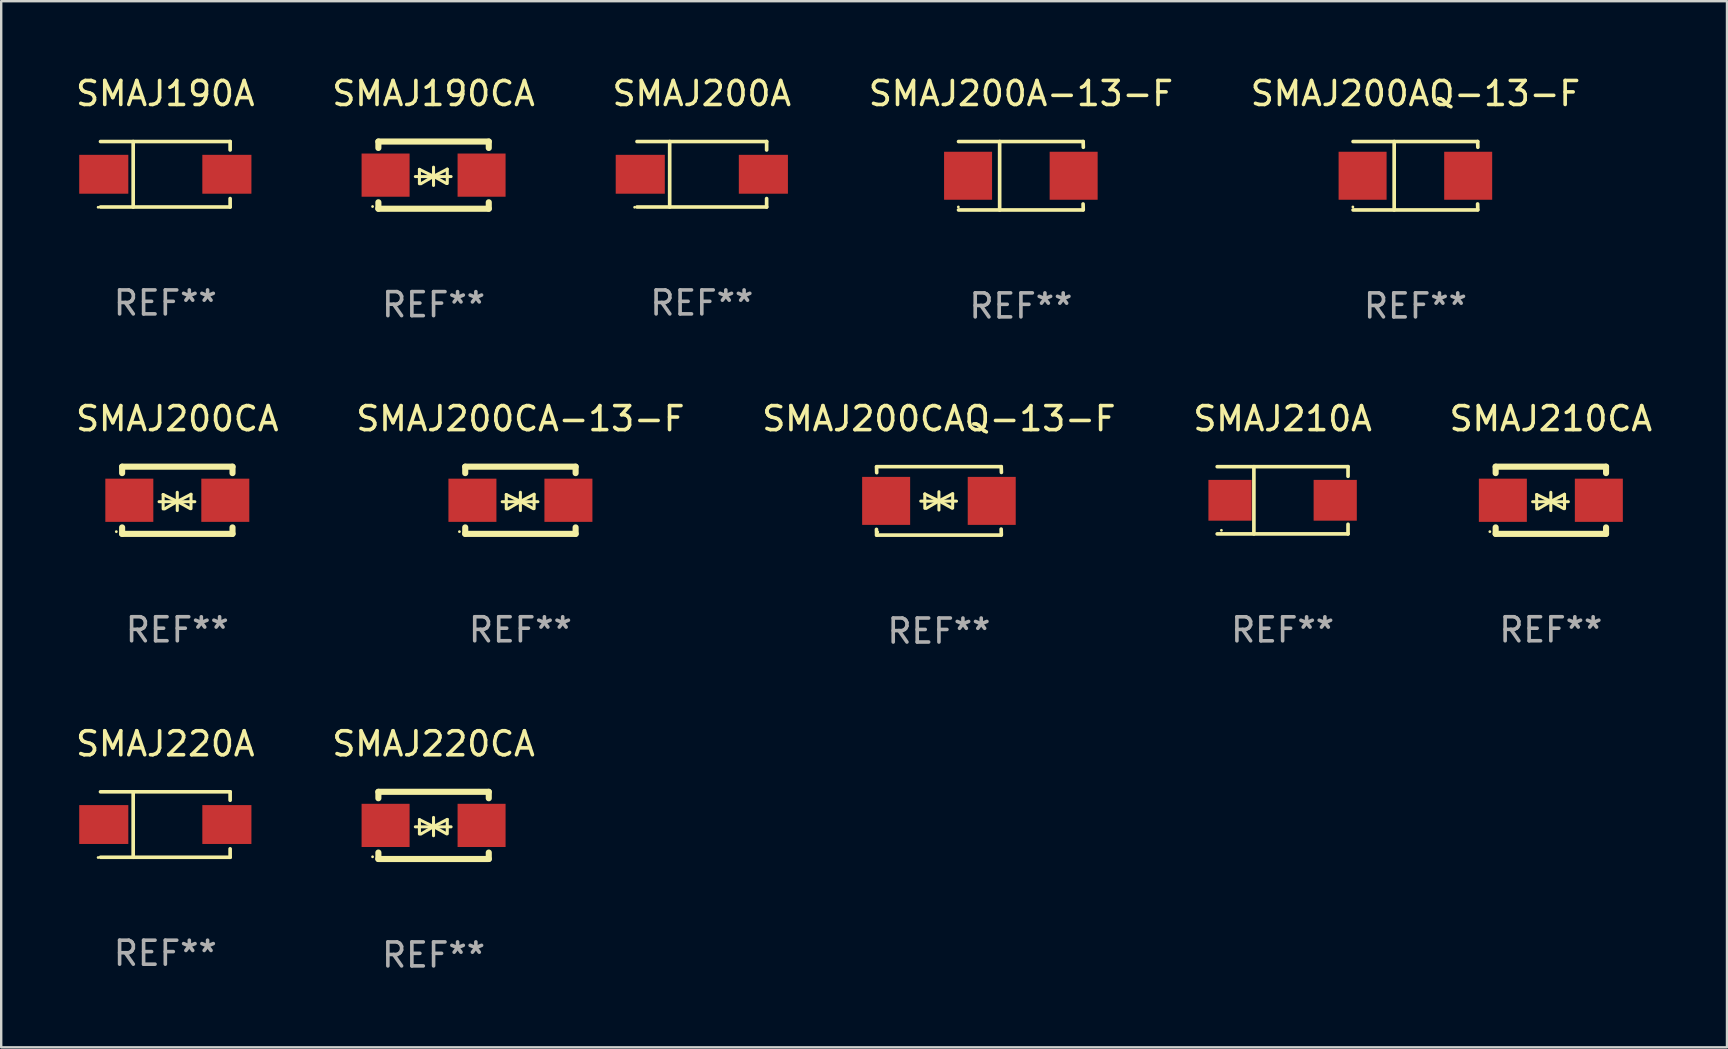
<source format=kicad_pcb>
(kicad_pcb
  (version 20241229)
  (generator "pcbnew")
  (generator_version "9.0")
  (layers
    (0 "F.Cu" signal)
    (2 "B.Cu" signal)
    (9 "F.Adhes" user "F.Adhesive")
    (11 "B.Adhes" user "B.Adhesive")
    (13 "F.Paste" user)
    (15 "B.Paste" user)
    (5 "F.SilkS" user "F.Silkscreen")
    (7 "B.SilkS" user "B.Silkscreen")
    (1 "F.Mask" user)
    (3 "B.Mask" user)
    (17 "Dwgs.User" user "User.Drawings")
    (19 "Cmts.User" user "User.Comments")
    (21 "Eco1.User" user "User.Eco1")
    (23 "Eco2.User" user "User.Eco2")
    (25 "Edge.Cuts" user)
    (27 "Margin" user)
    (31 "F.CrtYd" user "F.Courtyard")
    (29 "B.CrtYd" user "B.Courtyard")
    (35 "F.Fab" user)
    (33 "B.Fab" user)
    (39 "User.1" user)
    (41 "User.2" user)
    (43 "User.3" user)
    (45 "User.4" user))
  (footprint "SMAJ210CA"
    (layer "F.Cu")
    (at 61.577 17.797)
    (property "Reference" "SMAJ210CA" (at 0 -3.4 0) (layer "F.SilkS") (effects (font (size 1 1) (thickness 0.15))))
    (attr through_hole)
    (fp_line (start -2.3 -1.4) (end -2.3 -1.131) (stroke (width 0.254) (type solid)) (layer "F.SilkS"))
    (fp_line (start -2.3 -1.4) (end 2.3 -1.4) (stroke (width 0.254) (type solid)) (layer "F.SilkS"))
    (fp_line (start -2.3 1.131) (end -2.3 1.4) (stroke (width 0.254) (type solid)) (layer "F.SilkS"))
    (fp_line (start -2.3 1.4) (end 2.3 1.4) (stroke (width 0.254) (type solid)) (layer "F.SilkS"))
    (fp_line (start -0.76 0.06) (end 0.73 0.06) (stroke (width 0.127) (type solid)) (layer "F.SilkS"))
    (fp_line (start -0.59 -0.24) (end -0.59 0.36) (stroke (width 0.127) (type solid)) (layer "F.SilkS"))
    (fp_line (start -0.59 -0.24) (end -0.002 0.049) (stroke (width 0.127) (type solid)) (layer "F.SilkS"))
    (fp_line (start -0.53 0.36) (end -0.002 0.049) (stroke (width 0.127) (type solid)) (layer "F.SilkS"))
    (fp_line (start -0.002 0.049) (end -0.002 -0.332) (stroke (width 0.127) (type solid)) (layer "F.SilkS"))
    (fp_line (start -0.002 0.049) (end -0.002 0.43) (stroke (width 0.127) (type solid)) (layer "F.SilkS"))
    (fp_line (start 0.54 0.35) (end -0.002 0.049) (stroke (width 0.127) (type solid)) (layer "F.SilkS"))
    (fp_line (start 0.57 -0.25) (end -0.002 0.049) (stroke (width 0.127) (type solid)) (layer "F.SilkS"))
    (fp_line (start 0.57 -0.25) (end 0.57 0.35) (stroke (width 0.127) (type solid)) (layer "F.SilkS"))
    (fp_line (start 2.3 -1.4) (end 2.3 -1.131) (stroke (width 0.254) (type solid)) (layer "F.SilkS"))
    (fp_line (start 2.3 1.131) (end 2.3 1.4) (stroke (width 0.254) (type solid)) (layer "F.SilkS"))
    (fp_circle (center -2.542 1.308) (end -2.512 1.308) (stroke (width 0.06) (type solid)) (fill no) (layer "F.SilkS"))
    (fp_text user "REF**" (at 0 5.4 0) (layer "F.Fab") (effects (font (size 1 1) (thickness 0.15))))
    (pad "1" smd rect (at -2 0) (size 2 1.8) (layers "F.Cu" "F.Mask" "F.Paste"))
    (pad "2" smd rect (at 2 0) (size 2 1.8) (layers "F.Cu" "F.Mask" "F.Paste")))
  (footprint "SMAJ220A"
    (layer "F.Cu")
    (at 3.839 31.31)
    (property "Reference" "SMAJ220A" (at 0 -3.364 0) (layer "F.SilkS") (effects (font (size 1 1) (thickness 0.15))))
    (attr through_hole)
    (fp_line (start -2.701 -1.364) (end 2.701 -1.364) (stroke (width 0.152) (type solid)) (layer "F.SilkS"))
    (fp_line (start -2.701 1.364) (end 2.701 1.364) (stroke (width 0.152) (type solid)) (layer "F.SilkS"))
    (fp_line (start -1.339 -1.364) (end -1.339 1.364) (stroke (width 0.152) (type solid)) (layer "F.SilkS"))
    (fp_line (start 2.701 -1.364) (end 2.701 -1.013) (stroke (width 0.152) (type solid)) (layer "F.SilkS"))
    (fp_line (start 2.701 1.364) (end 2.701 1.013) (stroke (width 0.152) (type solid)) (layer "F.SilkS"))
    (fp_circle (center -2.8 1.375) (end -2.77 1.375) (stroke (width 0.06) (type solid)) (fill no) (layer "F.SilkS"))
    (fp_text user "REF**" (at 0 5.364 0) (layer "F.Fab") (effects (font (size 1 1) (thickness 0.15))))
    (pad "1" smd rect (at -2.565 -0.000025) (size 2.046 1.62) (layers "F.Cu" "F.Mask" "F.Paste"))
    (pad "2" smd rect (at 2.565 -0.000025) (size 2.046 1.62) (layers "F.Cu" "F.Mask" "F.Paste")))
  (footprint "SMAJ210A"
    (layer "F.Cu")
    (at 50.399 17.798)
    (property "Reference" "SMAJ210A" (at 0 -3.401 0) (layer "F.SilkS") (effects (font (size 1 1) (thickness 0.15))))
    (attr through_hole)
    (fp_line (start -2.726 -1.401) (end 2.726 -1.401) (stroke (width 0.152) (type solid)) (layer "F.SilkS"))
    (fp_line (start -2.726 1.401) (end 2.726 1.401) (stroke (width 0.152) (type solid)) (layer "F.SilkS"))
    (fp_line (start -1.197 -1.401) (end -1.197 1.401) (stroke (width 0.152) (type solid)) (layer "F.SilkS"))
    (fp_line (start 2.726 -1.401) (end 2.726 -1) (stroke (width 0.152) (type solid)) (layer "F.SilkS"))
    (fp_line (start 2.726 1.401) (end 2.726 1) (stroke (width 0.152) (type solid)) (layer "F.SilkS"))
    (fp_circle (center -2.55 1.25) (end -2.52 1.25) (stroke (width 0.06) (type solid)) (fill no) (layer "F.SilkS"))
    (fp_text user "REF**" (at 0 5.401 0) (layer "F.Fab") (effects (font (size 1 1) (thickness 0.15))))
    (pad "1" smd rect (at -2.192 0) (size 1.8 1.7) (layers "F.Cu" "F.Mask" "F.Paste"))
    (pad "2" smd rect (at 2.192 0) (size 1.8 1.7) (layers "F.Cu" "F.Mask" "F.Paste")))
  (footprint "SMAJ200CA"
    (layer "F.Cu")
    (at 4.339 17.797)
    (property "Reference" "SMAJ200CA" (at 0 -3.4 0) (layer "F.SilkS") (effects (font (size 1 1) (thickness 0.15))))
    (attr through_hole)
    (fp_line (start -2.3 -1.4) (end -2.3 -1.131) (stroke (width 0.254) (type solid)) (layer "F.SilkS"))
    (fp_line (start -2.3 -1.4) (end 2.3 -1.4) (stroke (width 0.254) (type solid)) (layer "F.SilkS"))
    (fp_line (start -2.3 1.131) (end -2.3 1.4) (stroke (width 0.254) (type solid)) (layer "F.SilkS"))
    (fp_line (start -2.3 1.4) (end 2.3 1.4) (stroke (width 0.254) (type solid)) (layer "F.SilkS"))
    (fp_line (start -0.76 0.06) (end 0.73 0.06) (stroke (width 0.127) (type solid)) (layer "F.SilkS"))
    (fp_line (start -0.59 -0.24) (end -0.59 0.36) (stroke (width 0.127) (type solid)) (layer "F.SilkS"))
    (fp_line (start -0.59 -0.24) (end -0.002 0.049) (stroke (width 0.127) (type solid)) (layer "F.SilkS"))
    (fp_line (start -0.53 0.36) (end -0.002 0.049) (stroke (width 0.127) (type solid)) (layer "F.SilkS"))
    (fp_line (start -0.002 0.049) (end -0.002 -0.332) (stroke (width 0.127) (type solid)) (layer "F.SilkS"))
    (fp_line (start -0.002 0.049) (end -0.002 0.43) (stroke (width 0.127) (type solid)) (layer "F.SilkS"))
    (fp_line (start 0.54 0.35) (end -0.002 0.049) (stroke (width 0.127) (type solid)) (layer "F.SilkS"))
    (fp_line (start 0.57 -0.25) (end -0.002 0.049) (stroke (width 0.127) (type solid)) (layer "F.SilkS"))
    (fp_line (start 0.57 -0.25) (end 0.57 0.35) (stroke (width 0.127) (type solid)) (layer "F.SilkS"))
    (fp_line (start 2.3 -1.4) (end 2.3 -1.131) (stroke (width 0.254) (type solid)) (layer "F.SilkS"))
    (fp_line (start 2.3 1.131) (end 2.3 1.4) (stroke (width 0.254) (type solid)) (layer "F.SilkS"))
    (fp_circle (center -2.542 1.308) (end -2.512 1.308) (stroke (width 0.06) (type solid)) (fill no) (layer "F.SilkS"))
    (fp_text user "REF**" (at 0 5.4 0) (layer "F.Fab") (effects (font (size 1 1) (thickness 0.15))))
    (pad "1" smd rect (at -2 0) (size 2 1.8) (layers "F.Cu" "F.Mask" "F.Paste"))
    (pad "2" smd rect (at 2 0) (size 2 1.8) (layers "F.Cu" "F.Mask" "F.Paste")))
  (footprint "SMAJ200A"
    (layer "F.Cu")
    (at 26.196 4.212)
    (property "Reference" "SMAJ200A" (at 0 -3.364 0) (layer "F.SilkS") (effects (font (size 1 1) (thickness 0.15))))
    (attr through_hole)
    (fp_line (start -2.701 -1.364) (end 2.701 -1.364) (stroke (width 0.152) (type solid)) (layer "F.SilkS"))
    (fp_line (start -2.701 1.364) (end 2.701 1.364) (stroke (width 0.152) (type solid)) (layer "F.SilkS"))
    (fp_line (start -1.339 -1.364) (end -1.339 1.364) (stroke (width 0.152) (type solid)) (layer "F.SilkS"))
    (fp_line (start 2.701 -1.364) (end 2.701 -1.013) (stroke (width 0.152) (type solid)) (layer "F.SilkS"))
    (fp_line (start 2.701 1.364) (end 2.701 1.013) (stroke (width 0.152) (type solid)) (layer "F.SilkS"))
    (fp_circle (center -2.8 1.375) (end -2.77 1.375) (stroke (width 0.06) (type solid)) (fill no) (layer "F.SilkS"))
    (fp_text user "REF**" (at 0 5.364 0) (layer "F.Fab") (effects (font (size 1 1) (thickness 0.15))))
    (pad "1" smd rect (at -2.565 -0.000025) (size 2.046 1.62) (layers "F.Cu" "F.Mask" "F.Paste"))
    (pad "2" smd rect (at 2.565 -0.000025) (size 2.046 1.62) (layers "F.Cu" "F.Mask" "F.Paste")))
  (footprint "SMAJ200AQ-13-F"
    (layer "F.Cu")
    (at 55.935 4.274)
    (property "Reference" "SMAJ200AQ-13-F" (at 0 -3.426 0) (layer "F.SilkS") (effects (font (size 1 1) (thickness 0.15))))
    (attr through_hole)
    (fp_line (start -2.6 -1.426) (end 2.593 -1.426) (stroke (width 0.152) (type solid)) (layer "F.SilkS"))
    (fp_line (start -2.6 1.426) (end 2.593 1.426) (stroke (width 0.152) (type solid)) (layer "F.SilkS"))
    (fp_line (start -0.887 -1.426) (end -0.887 1.426) (stroke (width 0.152) (type solid)) (layer "F.SilkS"))
    (fp_line (start 2.59 1.176) (end 2.597 1.415) (stroke (width 0.152) (type solid)) (layer "F.SilkS"))
    (fp_line (start 2.593 -1.426) (end 2.6 -1.187) (stroke (width 0.152) (type solid)) (layer "F.SilkS"))
    (fp_circle (center -2.608 1.3) (end -2.578 1.3) (stroke (width 0.06) (type solid)) (fill no) (layer "F.SilkS"))
    (fp_text user "REF**" (at 0 5.426 0) (layer "F.Fab") (effects (font (size 1 1) (thickness 0.15))))
    (pad "1" smd rect (at -2.203 0 180) (size 2 2) (layers "F.Cu" "F.Mask" "F.Paste"))
    (pad "2" smd rect (at 2.197 0 180) (size 2 2) (layers "F.Cu" "F.Mask" "F.Paste")))
  (footprint "SMAJ200CAQ-13-F"
    (layer "F.Cu")
    (at 36.077 17.823)
    (property "Reference" "SMAJ200CAQ-13-F" (at 0 -3.426 0) (layer "F.SilkS") (effects (font (size 1 1) (thickness 0.15))))
    (attr through_hole)
    (fp_line (start -2.596 -1.426) (end 2.596 -1.426) (stroke (width 0.152) (type solid)) (layer "F.SilkS"))
    (fp_line (start -2.596 1.426) (end -2.603 1.187) (stroke (width 0.152) (type solid)) (layer "F.SilkS"))
    (fp_line (start -2.596 1.426) (end 2.596 1.426) (stroke (width 0.152) (type solid)) (layer "F.SilkS"))
    (fp_line (start -2.593 -1.176) (end -2.6 -1.415) (stroke (width 0.152) (type solid)) (layer "F.SilkS"))
    (fp_line (start -0.758 0.011) (end 0.732 0.011) (stroke (width 0.127) (type solid)) (layer "F.SilkS"))
    (fp_line (start -0.588 -0.289) (end -0.588 0.311) (stroke (width 0.127) (type solid)) (layer "F.SilkS"))
    (fp_line (start -0.588 -0.289) (end 0 0) (stroke (width 0.127) (type solid)) (layer "F.SilkS"))
    (fp_line (start -0.528 0.311) (end 0 0) (stroke (width 0.127) (type solid)) (layer "F.SilkS"))
    (fp_line (start 0 0) (end 0 -0.381) (stroke (width 0.127) (type solid)) (layer "F.SilkS"))
    (fp_line (start 0 0) (end 0 0.381) (stroke (width 0.127) (type solid)) (layer "F.SilkS"))
    (fp_line (start 0.542 0.301) (end 0 0) (stroke (width 0.127) (type solid)) (layer "F.SilkS"))
    (fp_line (start 0.572 -0.299) (end 0 0) (stroke (width 0.127) (type solid)) (layer "F.SilkS"))
    (fp_line (start 0.572 -0.299) (end 0.572 0.301) (stroke (width 0.127) (type solid)) (layer "F.SilkS"))
    (fp_line (start 2.593 1.176) (end 2.6 1.415) (stroke (width 0.152) (type solid)) (layer "F.SilkS"))
    (fp_line (start 2.596 -1.426) (end 2.603 -1.187) (stroke (width 0.152) (type solid)) (layer "F.SilkS"))
    (fp_circle (center -2.55 1.3) (end -2.52 1.3) (stroke (width 0.06) (type solid)) (fill no) (layer "F.SilkS"))
    (fp_text user "REF**" (at 0 5.426 0) (layer "F.Fab") (effects (font (size 1 1) (thickness 0.15))))
    (pad "1" smd rect (at -2.2 0 180) (size 2 2) (layers "F.Cu" "F.Mask" "F.Paste"))
    (pad "2" smd rect (at 2.2 0 180) (size 2 2) (layers "F.Cu" "F.Mask" "F.Paste")))
  (footprint "SMAJ200A-13-F"
    (layer "F.Cu")
    (at 39.494 4.274)
    (property "Reference" "SMAJ200A-13-F" (at 0 -3.426 0) (layer "F.SilkS") (effects (font (size 1 1) (thickness 0.15))))
    (attr through_hole)
    (fp_line (start -2.6 -1.426) (end 2.593 -1.426) (stroke (width 0.152) (type solid)) (layer "F.SilkS"))
    (fp_line (start -2.6 1.426) (end 2.593 1.426) (stroke (width 0.152) (type solid)) (layer "F.SilkS"))
    (fp_line (start -0.887 -1.426) (end -0.887 1.426) (stroke (width 0.152) (type solid)) (layer "F.SilkS"))
    (fp_line (start 2.59 1.176) (end 2.597 1.415) (stroke (width 0.152) (type solid)) (layer "F.SilkS"))
    (fp_line (start 2.593 -1.426) (end 2.6 -1.187) (stroke (width 0.152) (type solid)) (layer "F.SilkS"))
    (fp_circle (center -2.608 1.3) (end -2.578 1.3) (stroke (width 0.06) (type solid)) (fill no) (layer "F.SilkS"))
    (fp_text user "REF**" (at 0 5.426 0) (layer "F.Fab") (effects (font (size 1 1) (thickness 0.15))))
    (pad "1" smd rect (at -2.203 0 180) (size 2 2) (layers "F.Cu" "F.Mask" "F.Paste"))
    (pad "2" smd rect (at 2.197 0 180) (size 2 2) (layers "F.Cu" "F.Mask" "F.Paste")))
  (footprint "SMAJ190A"
    (layer "F.Cu")
    (at 3.839 4.212)
    (property "Reference" "SMAJ190A" (at 0 -3.364 0) (layer "F.SilkS") (effects (font (size 1 1) (thickness 0.15))))
    (attr through_hole)
    (fp_line (start -2.701 -1.364) (end 2.701 -1.364) (stroke (width 0.152) (type solid)) (layer "F.SilkS"))
    (fp_line (start -2.701 1.364) (end 2.701 1.364) (stroke (width 0.152) (type solid)) (layer "F.SilkS"))
    (fp_line (start -1.339 -1.364) (end -1.339 1.364) (stroke (width 0.152) (type solid)) (layer "F.SilkS"))
    (fp_line (start 2.701 -1.364) (end 2.701 -1.013) (stroke (width 0.152) (type solid)) (layer "F.SilkS"))
    (fp_line (start 2.701 1.364) (end 2.701 1.013) (stroke (width 0.152) (type solid)) (layer "F.SilkS"))
    (fp_circle (center -2.8 1.375) (end -2.77 1.375) (stroke (width 0.06) (type solid)) (fill no) (layer "F.SilkS"))
    (fp_text user "REF**" (at 0 5.364 0) (layer "F.Fab") (effects (font (size 1 1) (thickness 0.15))))
    (pad "1" smd rect (at -2.565 -0.000025) (size 2.046 1.62) (layers "F.Cu" "F.Mask" "F.Paste"))
    (pad "2" smd rect (at 2.565 -0.000025) (size 2.046 1.62) (layers "F.Cu" "F.Mask" "F.Paste")))
  (footprint "SMAJ200CA-13-F"
    (layer "F.Cu")
    (at 18.637 17.797)
    (property "Reference" "SMAJ200CA-13-F" (at 0 -3.4 0) (layer "F.SilkS") (effects (font (size 1 1) (thickness 0.15))))
    (attr through_hole)
    (fp_line (start -2.3 -1.4) (end -2.3 -1.131) (stroke (width 0.254) (type solid)) (layer "F.SilkS"))
    (fp_line (start -2.3 -1.4) (end 2.3 -1.4) (stroke (width 0.254) (type solid)) (layer "F.SilkS"))
    (fp_line (start -2.3 1.131) (end -2.3 1.4) (stroke (width 0.254) (type solid)) (layer "F.SilkS"))
    (fp_line (start -2.3 1.4) (end 2.3 1.4) (stroke (width 0.254) (type solid)) (layer "F.SilkS"))
    (fp_line (start -0.76 0.06) (end 0.73 0.06) (stroke (width 0.127) (type solid)) (layer "F.SilkS"))
    (fp_line (start -0.59 -0.24) (end -0.59 0.36) (stroke (width 0.127) (type solid)) (layer "F.SilkS"))
    (fp_line (start -0.59 -0.24) (end -0.002 0.049) (stroke (width 0.127) (type solid)) (layer "F.SilkS"))
    (fp_line (start -0.53 0.36) (end -0.002 0.049) (stroke (width 0.127) (type solid)) (layer "F.SilkS"))
    (fp_line (start -0.002 0.049) (end -0.002 -0.332) (stroke (width 0.127) (type solid)) (layer "F.SilkS"))
    (fp_line (start -0.002 0.049) (end -0.002 0.43) (stroke (width 0.127) (type solid)) (layer "F.SilkS"))
    (fp_line (start 0.54 0.35) (end -0.002 0.049) (stroke (width 0.127) (type solid)) (layer "F.SilkS"))
    (fp_line (start 0.57 -0.25) (end -0.002 0.049) (stroke (width 0.127) (type solid)) (layer "F.SilkS"))
    (fp_line (start 0.57 -0.25) (end 0.57 0.35) (stroke (width 0.127) (type solid)) (layer "F.SilkS"))
    (fp_line (start 2.3 -1.4) (end 2.3 -1.131) (stroke (width 0.254) (type solid)) (layer "F.SilkS"))
    (fp_line (start 2.3 1.131) (end 2.3 1.4) (stroke (width 0.254) (type solid)) (layer "F.SilkS"))
    (fp_circle (center -2.542 1.308) (end -2.512 1.308) (stroke (width 0.06) (type solid)) (fill no) (layer "F.SilkS"))
    (fp_text user "REF**" (at 0 5.4 0) (layer "F.Fab") (effects (font (size 1 1) (thickness 0.15))))
    (pad "1" smd rect (at -2 0) (size 2 1.8) (layers "F.Cu" "F.Mask" "F.Paste"))
    (pad "2" smd rect (at 2 0) (size 2 1.8) (layers "F.Cu" "F.Mask" "F.Paste")))
  (footprint "SMAJ190CA"
    (layer "F.Cu")
    (at 15.018 4.248)
    (property "Reference" "SMAJ190CA" (at 0 -3.4 0) (layer "F.SilkS") (effects (font (size 1 1) (thickness 0.15))))
    (attr through_hole)
    (fp_line (start -2.3 -1.4) (end -2.3 -1.131) (stroke (width 0.254) (type solid)) (layer "F.SilkS"))
    (fp_line (start -2.3 -1.4) (end 2.3 -1.4) (stroke (width 0.254) (type solid)) (layer "F.SilkS"))
    (fp_line (start -2.3 1.131) (end -2.3 1.4) (stroke (width 0.254) (type solid)) (layer "F.SilkS"))
    (fp_line (start -2.3 1.4) (end 2.3 1.4) (stroke (width 0.254) (type solid)) (layer "F.SilkS"))
    (fp_line (start -0.76 0.06) (end 0.73 0.06) (stroke (width 0.127) (type solid)) (layer "F.SilkS"))
    (fp_line (start -0.59 -0.24) (end -0.59 0.36) (stroke (width 0.127) (type solid)) (layer "F.SilkS"))
    (fp_line (start -0.59 -0.24) (end -0.002 0.049) (stroke (width 0.127) (type solid)) (layer "F.SilkS"))
    (fp_line (start -0.53 0.36) (end -0.002 0.049) (stroke (width 0.127) (type solid)) (layer "F.SilkS"))
    (fp_line (start -0.002 0.049) (end -0.002 -0.332) (stroke (width 0.127) (type solid)) (layer "F.SilkS"))
    (fp_line (start -0.002 0.049) (end -0.002 0.43) (stroke (width 0.127) (type solid)) (layer "F.SilkS"))
    (fp_line (start 0.54 0.35) (end -0.002 0.049) (stroke (width 0.127) (type solid)) (layer "F.SilkS"))
    (fp_line (start 0.57 -0.25) (end -0.002 0.049) (stroke (width 0.127) (type solid)) (layer "F.SilkS"))
    (fp_line (start 0.57 -0.25) (end 0.57 0.35) (stroke (width 0.127) (type solid)) (layer "F.SilkS"))
    (fp_line (start 2.3 -1.4) (end 2.3 -1.131) (stroke (width 0.254) (type solid)) (layer "F.SilkS"))
    (fp_line (start 2.3 1.131) (end 2.3 1.4) (stroke (width 0.254) (type solid)) (layer "F.SilkS"))
    (fp_circle (center -2.542 1.308) (end -2.512 1.308) (stroke (width 0.06) (type solid)) (fill no) (layer "F.SilkS"))
    (fp_text user "REF**" (at 0 5.4 0) (layer "F.Fab") (effects (font (size 1 1) (thickness 0.15))))
    (pad "1" smd rect (at -2 0) (size 2 1.8) (layers "F.Cu" "F.Mask" "F.Paste"))
    (pad "2" smd rect (at 2 0) (size 2 1.8) (layers "F.Cu" "F.Mask" "F.Paste")))
  (footprint "SMAJ220CA"
    (layer "F.Cu")
    (at 15.018 31.346)
    (property "Reference" "SMAJ220CA" (at 0 -3.4 0) (layer "F.SilkS") (effects (font (size 1 1) (thickness 0.15))))
    (attr through_hole)
    (fp_line (start -2.3 -1.4) (end -2.3 -1.131) (stroke (width 0.254) (type solid)) (layer "F.SilkS"))
    (fp_line (start -2.3 -1.4) (end 2.3 -1.4) (stroke (width 0.254) (type solid)) (layer "F.SilkS"))
    (fp_line (start -2.3 1.131) (end -2.3 1.4) (stroke (width 0.254) (type solid)) (layer "F.SilkS"))
    (fp_line (start -2.3 1.4) (end 2.3 1.4) (stroke (width 0.254) (type solid)) (layer "F.SilkS"))
    (fp_line (start -0.76 0.06) (end 0.73 0.06) (stroke (width 0.127) (type solid)) (layer "F.SilkS"))
    (fp_line (start -0.59 -0.24) (end -0.59 0.36) (stroke (width 0.127) (type solid)) (layer "F.SilkS"))
    (fp_line (start -0.59 -0.24) (end -0.002 0.049) (stroke (width 0.127) (type solid)) (layer "F.SilkS"))
    (fp_line (start -0.53 0.36) (end -0.002 0.049) (stroke (width 0.127) (type solid)) (layer "F.SilkS"))
    (fp_line (start -0.002 0.049) (end -0.002 -0.332) (stroke (width 0.127) (type solid)) (layer "F.SilkS"))
    (fp_line (start -0.002 0.049) (end -0.002 0.43) (stroke (width 0.127) (type solid)) (layer "F.SilkS"))
    (fp_line (start 0.54 0.35) (end -0.002 0.049) (stroke (width 0.127) (type solid)) (layer "F.SilkS"))
    (fp_line (start 0.57 -0.25) (end -0.002 0.049) (stroke (width 0.127) (type solid)) (layer "F.SilkS"))
    (fp_line (start 0.57 -0.25) (end 0.57 0.35) (stroke (width 0.127) (type solid)) (layer "F.SilkS"))
    (fp_line (start 2.3 -1.4) (end 2.3 -1.131) (stroke (width 0.254) (type solid)) (layer "F.SilkS"))
    (fp_line (start 2.3 1.131) (end 2.3 1.4) (stroke (width 0.254) (type solid)) (layer "F.SilkS"))
    (fp_circle (center -2.542 1.308) (end -2.512 1.308) (stroke (width 0.06) (type solid)) (fill no) (layer "F.SilkS"))
    (fp_text user "REF**" (at 0 5.4 0) (layer "F.Fab") (effects (font (size 1 1) (thickness 0.15))))
    (pad "1" smd rect (at -2 0) (size 2 1.8) (layers "F.Cu" "F.Mask" "F.Paste"))
    (pad "2" smd rect (at 2 0) (size 2 1.8) (layers "F.Cu" "F.Mask" "F.Paste")))
  (gr_rect
    (start -3 -3)
    (end 68.917 40.594)
    (stroke (width 0.1) (type default))
    (fill no)
    (layer "Edge.Cuts")))
</source>
